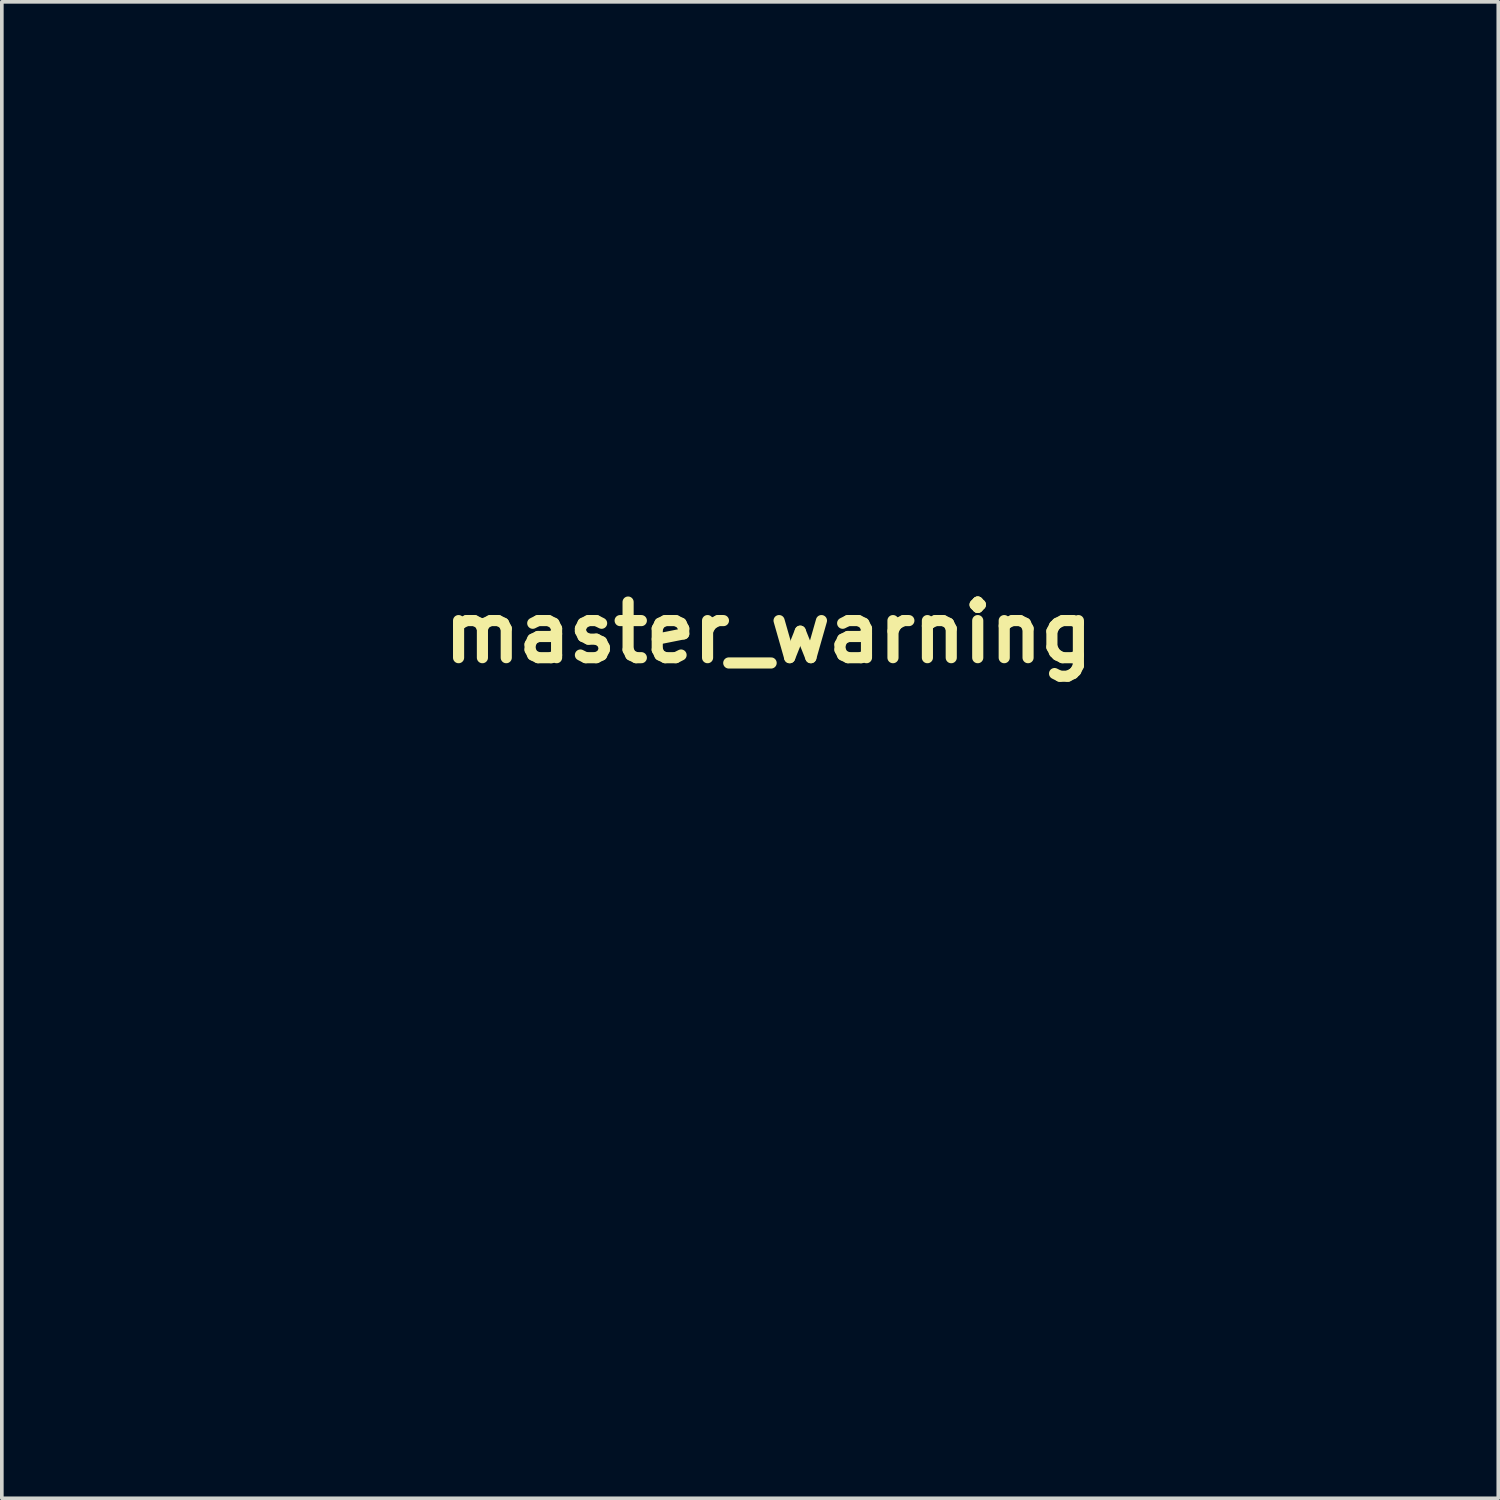
<source format=kicad_pcb>
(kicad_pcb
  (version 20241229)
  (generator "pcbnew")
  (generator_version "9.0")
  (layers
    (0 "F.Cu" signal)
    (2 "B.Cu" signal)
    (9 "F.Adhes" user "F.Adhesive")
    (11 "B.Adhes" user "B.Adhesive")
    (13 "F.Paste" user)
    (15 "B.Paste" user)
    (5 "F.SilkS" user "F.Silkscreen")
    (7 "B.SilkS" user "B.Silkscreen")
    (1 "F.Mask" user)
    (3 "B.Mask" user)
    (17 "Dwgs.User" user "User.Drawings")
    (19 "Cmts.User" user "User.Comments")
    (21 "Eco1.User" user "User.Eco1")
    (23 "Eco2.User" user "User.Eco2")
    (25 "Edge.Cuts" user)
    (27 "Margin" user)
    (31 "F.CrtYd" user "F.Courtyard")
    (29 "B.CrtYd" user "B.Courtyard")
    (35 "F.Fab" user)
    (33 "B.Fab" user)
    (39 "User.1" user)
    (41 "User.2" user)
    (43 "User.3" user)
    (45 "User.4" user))
  (footprint "master_warning"
    (layer "F.Cu")
    (at 18.005 17.328)
    (property "Reference" "master_warning" (at 0 -3.048 0) (layer "F.SilkS") (effects (font (size 1.524 1.524) (thickness 0.305))))
    (attr exclude_from_pos_files exclude_from_bom)
    (fp_poly (pts (xy -6.755 4.842) (xy -7.167 8.247) (xy -6.342 8.247) (xy -6.755 4.842)) (stroke (width 0) (type solid)) (fill yes) (layer "F.Mask"))
    (fp_poly (pts (xy -4.921 -7.561) (xy -5.333 -4.157) (xy -4.509 -4.157) (xy -4.921 -7.561)) (stroke (width 0) (type solid)) (fill yes) (layer "F.Mask"))
    (fp_poly (pts (xy -3.659 4.16) (xy -3.659 6.717) (xy -3.393 6.717) (xy -3.047 6.659) (xy -2.812 6.398) (xy -2.681 5.964) (xy -2.638 5.32) (xy -2.691 4.708) (xy -2.868 4.307) (xy -3.074 4.186) (xy -3.346 4.16) (xy -3.659 4.16)) (stroke (width 0) (type solid)) (fill yes) (layer "F.Mask"))
    (fp_poly (pts (xy 7.753 -8.243) (xy 7.753 -5.687) (xy 8.019 -5.687) (xy 8.365 -5.744) (xy 8.6 -6.006) (xy 8.73 -6.439) (xy 8.773 -7.083) (xy 8.722 -7.695) (xy 8.544 -8.096) (xy 8.339 -8.218) (xy 8.066 -8.243) (xy 7.753 -8.243)) (stroke (width 0) (type solid)) (fill yes) (layer "F.Mask"))
    (fp_poly (pts (xy -18.005 -17.328) (xy -18.005 17.672) (xy -9.588 17.672) (xy -9.588 11.906) (xy -10.545 11.906) (xy -11.147 5.722) (xy -11.733 11.906) (xy -12.69 11.906) (xy -13.593 2.414) (xy -12.69 2.414) (xy -12.174 8.948) (xy -11.557 2.414) (xy -10.694 2.414) (xy -10.106 8.948) (xy -9.827 5.575) (xy -9.827 -0.497) (xy -10.643 -0.497) (xy -10.643 -9.99) (xy -9.638 -9.99) (xy -8.883 -5.228) (xy -8.131 -9.99) (xy -7.126 -9.99) (xy -7.126 -0.497) (xy -7.986 -0.497) (xy -7.986 -6.854) (xy -8.608 -2.729) (xy -9.206 -2.729) (xy -9.827 -6.854) (xy -9.827 -0.497) (xy -9.827 5.575) (xy -9.566 2.414) (xy -8.685 2.414) (xy -9.588 11.906) (xy -9.588 17.672) (xy -5.006 17.672) (xy -5.006 11.906) (xy -5.901 11.906) (xy -6.133 9.987) (xy -7.376 9.987) (xy -7.608 11.906) (xy -8.48 11.906) (xy -7.241 2.414) (xy -6.245 2.414) (xy -5.006 11.906) (xy -5.006 17.672) (xy -1.289 17.672) (xy -1.289 11.906) (xy -2.346 11.906) (xy -3.261 8.425) (xy -3.659 8.425) (xy -3.659 11.906) (xy -4.52 11.906) (xy -4.52 2.414) (xy -3.173 2.414) (xy -3.173 -0.497) (xy -4.067 -0.497) (xy -4.299 -2.416) (xy -5.543 -2.416) (xy -5.775 -0.497) (xy -6.647 -0.497) (xy -5.407 -9.99) (xy -4.412 -9.99) (xy -3.173 -0.497) (xy -3.173 2.414) (xy -3.069 2.414) (xy -2.558 2.509) (xy -2.157 2.924) (xy -1.857 3.752) (xy -1.744 5.021) (xy -1.788 5.976) (xy -1.918 6.736) (xy -2.409 7.839) (xy -1.562 10.915) (xy -1.562 -0.325) (xy -2.29 -0.529) (xy -2.868 -1.059) (xy -2.868 -3.334) (xy -2.774 -3.334) (xy -2.175 -2.404) (xy -1.535 -2.078) (xy -1.327 -2.117) (xy -1.118 -2.244) (xy -0.956 -2.531) (xy -0.891 -3.041) (xy -0.985 -3.577) (xy -1.258 -3.927) (xy -1.659 -4.163) (xy -2.053 -4.45) (xy -2.663 -5.502) (xy -2.802 -6.251) (xy -2.848 -7.16) (xy -2.744 -8.363) (xy -2.429 -9.321) (xy -1.948 -9.952) (xy -1.348 -10.162) (xy -1.348 -10.162) (xy -0.694 -9.977) (xy -0.134 -9.525) (xy -0.134 -7.338) (xy -0.226 -7.338) (xy -0.724 -8.103) (xy -1.323 -8.415) (xy -1.539 -8.371) (xy -1.744 -8.218) (xy -1.895 -7.924) (xy -1.958 -7.485) (xy -1.857 -6.904) (xy -1.474 -6.541) (xy -1.12 -6.331) (xy -0.753 -6.05) (xy -0.185 -5.075) (xy -0.047 -4.37) (xy -0.001 -3.481) (xy -0.106 -2.209) (xy -0.422 -1.199) (xy -0.917 -0.544) (xy -1.562 -0.325) (xy -1.562 10.915) (xy -1.289 11.906) (xy -1.289 17.672) (xy 2.144 17.672) (xy 2.144 11.906) (xy 1.31 11.906) (xy -0.114 5.391) (xy -0.114 11.906) (xy -0.906 11.906) (xy -0.906 2.414) (xy 0.128 2.414) (xy 1.351 7.851) (xy 1.351 2.414) (xy 2.144 2.414) (xy 2.144 11.906) (xy 2.144 17.672) (xy 2.171 17.672) (xy 2.171 -0.497) (xy 1.305 -0.497) (xy 1.305 -8.154) (xy 0.258 -8.154) (xy 0.258 -9.99) (xy 3.218 -9.99) (xy 3.218 -8.154) (xy 2.171 -8.154) (xy 2.171 -0.497) (xy 2.171 17.672) (xy 4.817 17.672) (xy 4.817 11.906) (xy 2.853 11.906) (xy 2.853 10.223) (xy 3.403 10.223) (xy 3.403 4.097) (xy 2.853 4.097) (xy 2.853 2.414) (xy 4.817 2.414) (xy 4.817 4.097) (xy 4.268 4.097) (xy 4.268 10.223) (xy 4.817 10.223) (xy 4.817 11.906) (xy 4.817 17.672) (xy 8.577 17.672) (xy 8.577 11.906) (xy 7.744 11.906) (xy 6.32 5.391) (xy 6.32 11.906) (xy 5.527 11.906) (xy 5.527 2.414) (xy 6.165 2.414) (xy 6.165 -0.497) (xy 3.738 -0.497) (xy 3.738 -9.99) (xy 6.165 -9.99) (xy 6.165 -8.154) (xy 4.599 -8.154) (xy 4.599 -6.516) (xy 6.052 -6.516) (xy 6.052 -4.68) (xy 4.599 -4.68) (xy 4.599 -2.333) (xy 6.165 -2.333) (xy 6.165 -0.497) (xy 6.165 2.414) (xy 6.561 2.414) (xy 7.785 7.851) (xy 7.785 2.414) (xy 8.577 2.414) (xy 8.577 11.906) (xy 8.577 17.672) (xy 11.067 17.672) (xy 11.067 12.103) (xy 10.304 11.775) (xy 9.726 10.79) (xy 9.457 9.799) (xy 9.296 8.586) (xy 9.242 7.15) (xy 9.296 5.771) (xy 9.459 4.583) (xy 9.731 3.587) (xy 10.122 2.905) (xy 10.122 -0.497) (xy 9.066 -0.497) (xy 8.152 -3.978) (xy 7.753 -3.978) (xy 7.753 -0.497) (xy 6.892 -0.497) (xy 6.892 -9.99) (xy 8.343 -9.99) (xy 8.854 -9.894) (xy 9.255 -9.48) (xy 9.555 -8.651) (xy 9.668 -7.383) (xy 9.624 -6.428) (xy 9.494 -5.668) (xy 9.003 -4.565) (xy 10.122 -0.497) (xy 10.122 2.905) (xy 10.316 2.568) (xy 11.094 2.229) (xy 11.093 2.229) (xy 11.724 2.401) (xy 12.391 3.07) (xy 12.391 5.295) (xy 12.294 5.295) (xy 12.109 4.919) (xy 11.875 4.498) (xy 11.569 4.147) (xy 11.199 4.001) (xy 10.783 4.192) (xy 10.447 4.779) (xy 10.222 5.754) (xy 10.161 6.387) (xy 10.141 7.112) (xy 10.214 8.502) (xy 10.436 9.522) (xy 10.801 10.148) (xy 11.307 10.357) (xy 11.416 10.351) (xy 11.526 10.331) (xy 11.526 8.47) (xy 10.857 8.47) (xy 10.857 6.678) (xy 12.405 6.678) (xy 12.405 11.364) (xy 11.808 11.862) (xy 11.067 12.103) (xy 11.067 17.672) (xy 16.995 17.672) (xy 16.995 -17.328) (xy -18.005 -17.328)) (stroke (width 0) (type solid)) (fill yes) (layer "F.Mask")))
  (gr_rect
    (start -3 -3)
    (end 38 38)
    (stroke (width 0.1) (type default))
    (fill no)
    (layer "Edge.Cuts")))
</source>
